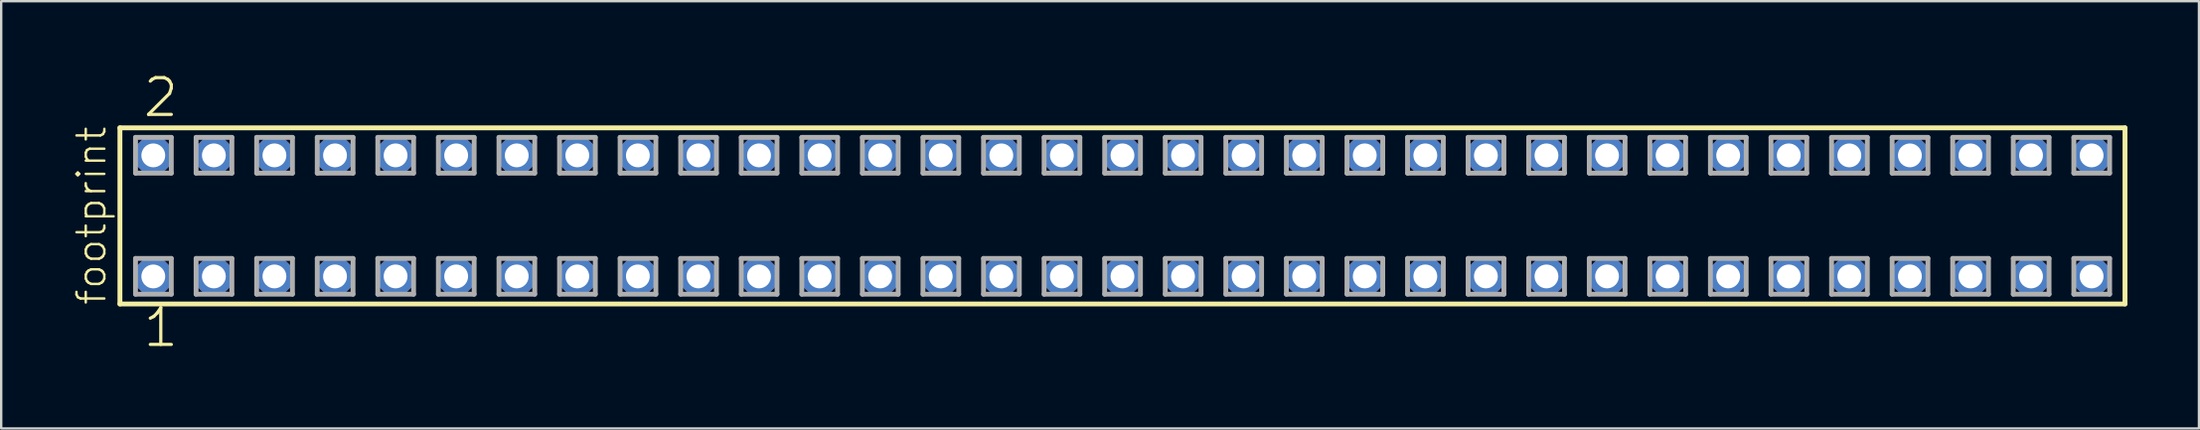
<source format=kicad_pcb>
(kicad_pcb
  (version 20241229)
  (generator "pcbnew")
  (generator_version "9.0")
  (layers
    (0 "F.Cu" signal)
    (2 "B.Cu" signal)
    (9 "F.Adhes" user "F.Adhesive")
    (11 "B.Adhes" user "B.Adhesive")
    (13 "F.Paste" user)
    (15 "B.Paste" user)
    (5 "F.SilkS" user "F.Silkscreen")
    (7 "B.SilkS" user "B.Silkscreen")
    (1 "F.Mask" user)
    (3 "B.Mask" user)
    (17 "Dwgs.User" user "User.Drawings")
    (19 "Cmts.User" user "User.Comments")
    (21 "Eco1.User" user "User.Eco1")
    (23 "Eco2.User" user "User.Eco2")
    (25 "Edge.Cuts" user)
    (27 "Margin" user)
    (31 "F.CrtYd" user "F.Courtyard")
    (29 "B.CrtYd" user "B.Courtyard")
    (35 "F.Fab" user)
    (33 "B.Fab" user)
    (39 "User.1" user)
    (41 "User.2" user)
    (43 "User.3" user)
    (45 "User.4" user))
  (footprint "footprint"
    (layer "F.Cu")
    (at 44.018 6.009)
    (property "Reference" "footprint" (at -42.545 3.81 90) (layer "F.SilkS") (effects (font (size 1.168 1.168) (thickness 0.102)) (justify left bottom)))
    (fp_line (start -42.039 -3.695) (end 42.039 -3.695) (stroke (width 0.203) (type solid)) (layer "F.SilkS"))
    (fp_line (start -42.039 3.695) (end -42.039 -3.695) (stroke (width 0.203) (type solid)) (layer "F.SilkS"))
    (fp_line (start 42.039 -3.695) (end 42.039 3.695) (stroke (width 0.203) (type solid)) (layer "F.SilkS"))
    (fp_line (start 42.039 3.695) (end -42.039 3.695) (stroke (width 0.203) (type solid)) (layer "F.SilkS"))
    (fp_line (start -41.385 -3.295) (end -39.885 -3.295) (stroke (width 0.203) (type solid)) (layer "F.Fab"))
    (fp_line (start -41.385 -1.795) (end -41.385 -3.295) (stroke (width 0.203) (type solid)) (layer "F.Fab"))
    (fp_line (start -41.385 1.785) (end -39.885 1.785) (stroke (width 0.203) (type solid)) (layer "F.Fab"))
    (fp_line (start -41.385 3.285) (end -41.385 1.785) (stroke (width 0.203) (type solid)) (layer "F.Fab"))
    (fp_line (start -39.885 -3.295) (end -39.885 -1.795) (stroke (width 0.203) (type solid)) (layer "F.Fab"))
    (fp_line (start -39.885 -1.795) (end -41.385 -1.795) (stroke (width 0.203) (type solid)) (layer "F.Fab"))
    (fp_line (start -39.885 1.785) (end -39.885 3.285) (stroke (width 0.203) (type solid)) (layer "F.Fab"))
    (fp_line (start -39.885 3.285) (end -41.385 3.285) (stroke (width 0.203) (type solid)) (layer "F.Fab"))
    (fp_line (start -38.845 -3.295) (end -37.345 -3.295) (stroke (width 0.203) (type solid)) (layer "F.Fab"))
    (fp_line (start -38.845 -1.795) (end -38.845 -3.295) (stroke (width 0.203) (type solid)) (layer "F.Fab"))
    (fp_line (start -38.845 1.785) (end -37.345 1.785) (stroke (width 0.203) (type solid)) (layer "F.Fab"))
    (fp_line (start -38.845 3.285) (end -38.845 1.785) (stroke (width 0.203) (type solid)) (layer "F.Fab"))
    (fp_line (start -37.345 -3.295) (end -37.345 -1.795) (stroke (width 0.203) (type solid)) (layer "F.Fab"))
    (fp_line (start -37.345 -1.795) (end -38.845 -1.795) (stroke (width 0.203) (type solid)) (layer "F.Fab"))
    (fp_line (start -37.345 1.785) (end -37.345 3.285) (stroke (width 0.203) (type solid)) (layer "F.Fab"))
    (fp_line (start -37.345 3.285) (end -38.845 3.285) (stroke (width 0.203) (type solid)) (layer "F.Fab"))
    (fp_line (start -36.305 -3.295) (end -34.805 -3.295) (stroke (width 0.203) (type solid)) (layer "F.Fab"))
    (fp_line (start -36.305 -1.795) (end -36.305 -3.295) (stroke (width 0.203) (type solid)) (layer "F.Fab"))
    (fp_line (start -36.305 1.785) (end -34.805 1.785) (stroke (width 0.203) (type solid)) (layer "F.Fab"))
    (fp_line (start -36.305 3.285) (end -36.305 1.785) (stroke (width 0.203) (type solid)) (layer "F.Fab"))
    (fp_line (start -34.805 -3.295) (end -34.805 -1.795) (stroke (width 0.203) (type solid)) (layer "F.Fab"))
    (fp_line (start -34.805 -1.795) (end -36.305 -1.795) (stroke (width 0.203) (type solid)) (layer "F.Fab"))
    (fp_line (start -34.805 1.785) (end -34.805 3.285) (stroke (width 0.203) (type solid)) (layer "F.Fab"))
    (fp_line (start -34.805 3.285) (end -36.305 3.285) (stroke (width 0.203) (type solid)) (layer "F.Fab"))
    (fp_line (start -33.765 -3.295) (end -32.265 -3.295) (stroke (width 0.203) (type solid)) (layer "F.Fab"))
    (fp_line (start -33.765 -1.795) (end -33.765 -3.295) (stroke (width 0.203) (type solid)) (layer "F.Fab"))
    (fp_line (start -33.765 1.785) (end -32.265 1.785) (stroke (width 0.203) (type solid)) (layer "F.Fab"))
    (fp_line (start -33.765 3.285) (end -33.765 1.785) (stroke (width 0.203) (type solid)) (layer "F.Fab"))
    (fp_line (start -32.265 -3.295) (end -32.265 -1.795) (stroke (width 0.203) (type solid)) (layer "F.Fab"))
    (fp_line (start -32.265 -1.795) (end -33.765 -1.795) (stroke (width 0.203) (type solid)) (layer "F.Fab"))
    (fp_line (start -32.265 1.785) (end -32.265 3.285) (stroke (width 0.203) (type solid)) (layer "F.Fab"))
    (fp_line (start -32.265 3.285) (end -33.765 3.285) (stroke (width 0.203) (type solid)) (layer "F.Fab"))
    (fp_line (start -31.225 -3.295) (end -29.725 -3.295) (stroke (width 0.203) (type solid)) (layer "F.Fab"))
    (fp_line (start -31.225 -1.795) (end -31.225 -3.295) (stroke (width 0.203) (type solid)) (layer "F.Fab"))
    (fp_line (start -31.225 1.785) (end -29.725 1.785) (stroke (width 0.203) (type solid)) (layer "F.Fab"))
    (fp_line (start -31.225 3.285) (end -31.225 1.785) (stroke (width 0.203) (type solid)) (layer "F.Fab"))
    (fp_line (start -29.725 -3.295) (end -29.725 -1.795) (stroke (width 0.203) (type solid)) (layer "F.Fab"))
    (fp_line (start -29.725 -1.795) (end -31.225 -1.795) (stroke (width 0.203) (type solid)) (layer "F.Fab"))
    (fp_line (start -29.725 1.785) (end -29.725 3.285) (stroke (width 0.203) (type solid)) (layer "F.Fab"))
    (fp_line (start -29.725 3.285) (end -31.225 3.285) (stroke (width 0.203) (type solid)) (layer "F.Fab"))
    (fp_line (start -28.685 -3.295) (end -27.185 -3.295) (stroke (width 0.203) (type solid)) (layer "F.Fab"))
    (fp_line (start -28.685 -1.795) (end -28.685 -3.295) (stroke (width 0.203) (type solid)) (layer "F.Fab"))
    (fp_line (start -28.685 1.785) (end -27.185 1.785) (stroke (width 0.203) (type solid)) (layer "F.Fab"))
    (fp_line (start -28.685 3.285) (end -28.685 1.785) (stroke (width 0.203) (type solid)) (layer "F.Fab"))
    (fp_line (start -27.185 -3.295) (end -27.185 -1.795) (stroke (width 0.203) (type solid)) (layer "F.Fab"))
    (fp_line (start -27.185 -1.795) (end -28.685 -1.795) (stroke (width 0.203) (type solid)) (layer "F.Fab"))
    (fp_line (start -27.185 1.785) (end -27.185 3.285) (stroke (width 0.203) (type solid)) (layer "F.Fab"))
    (fp_line (start -27.185 3.285) (end -28.685 3.285) (stroke (width 0.203) (type solid)) (layer "F.Fab"))
    (fp_line (start -26.145 -3.295) (end -24.645 -3.295) (stroke (width 0.203) (type solid)) (layer "F.Fab"))
    (fp_line (start -26.145 -1.795) (end -26.145 -3.295) (stroke (width 0.203) (type solid)) (layer "F.Fab"))
    (fp_line (start -26.145 1.785) (end -24.645 1.785) (stroke (width 0.203) (type solid)) (layer "F.Fab"))
    (fp_line (start -26.145 3.285) (end -26.145 1.785) (stroke (width 0.203) (type solid)) (layer "F.Fab"))
    (fp_line (start -24.645 -3.295) (end -24.645 -1.795) (stroke (width 0.203) (type solid)) (layer "F.Fab"))
    (fp_line (start -24.645 -1.795) (end -26.145 -1.795) (stroke (width 0.203) (type solid)) (layer "F.Fab"))
    (fp_line (start -24.645 1.785) (end -24.645 3.285) (stroke (width 0.203) (type solid)) (layer "F.Fab"))
    (fp_line (start -24.645 3.285) (end -26.145 3.285) (stroke (width 0.203) (type solid)) (layer "F.Fab"))
    (fp_line (start -23.605 -3.295) (end -22.105 -3.295) (stroke (width 0.203) (type solid)) (layer "F.Fab"))
    (fp_line (start -23.605 -1.795) (end -23.605 -3.295) (stroke (width 0.203) (type solid)) (layer "F.Fab"))
    (fp_line (start -23.605 1.785) (end -22.105 1.785) (stroke (width 0.203) (type solid)) (layer "F.Fab"))
    (fp_line (start -23.605 3.285) (end -23.605 1.785) (stroke (width 0.203) (type solid)) (layer "F.Fab"))
    (fp_line (start -22.105 -3.295) (end -22.105 -1.795) (stroke (width 0.203) (type solid)) (layer "F.Fab"))
    (fp_line (start -22.105 -1.795) (end -23.605 -1.795) (stroke (width 0.203) (type solid)) (layer "F.Fab"))
    (fp_line (start -22.105 1.785) (end -22.105 3.285) (stroke (width 0.203) (type solid)) (layer "F.Fab"))
    (fp_line (start -22.105 3.285) (end -23.605 3.285) (stroke (width 0.203) (type solid)) (layer "F.Fab"))
    (fp_line (start -21.065 -3.295) (end -19.565 -3.295) (stroke (width 0.203) (type solid)) (layer "F.Fab"))
    (fp_line (start -21.065 -1.795) (end -21.065 -3.295) (stroke (width 0.203) (type solid)) (layer "F.Fab"))
    (fp_line (start -21.065 1.785) (end -19.565 1.785) (stroke (width 0.203) (type solid)) (layer "F.Fab"))
    (fp_line (start -21.065 3.285) (end -21.065 1.785) (stroke (width 0.203) (type solid)) (layer "F.Fab"))
    (fp_line (start -19.565 -3.295) (end -19.565 -1.795) (stroke (width 0.203) (type solid)) (layer "F.Fab"))
    (fp_line (start -19.565 -1.795) (end -21.065 -1.795) (stroke (width 0.203) (type solid)) (layer "F.Fab"))
    (fp_line (start -19.565 1.785) (end -19.565 3.285) (stroke (width 0.203) (type solid)) (layer "F.Fab"))
    (fp_line (start -19.565 3.285) (end -21.065 3.285) (stroke (width 0.203) (type solid)) (layer "F.Fab"))
    (fp_line (start -18.525 -3.295) (end -17.025 -3.295) (stroke (width 0.203) (type solid)) (layer "F.Fab"))
    (fp_line (start -18.525 -1.795) (end -18.525 -3.295) (stroke (width 0.203) (type solid)) (layer "F.Fab"))
    (fp_line (start -18.525 1.785) (end -17.025 1.785) (stroke (width 0.203) (type solid)) (layer "F.Fab"))
    (fp_line (start -18.525 3.285) (end -18.525 1.785) (stroke (width 0.203) (type solid)) (layer "F.Fab"))
    (fp_line (start -17.025 -3.295) (end -17.025 -1.795) (stroke (width 0.203) (type solid)) (layer "F.Fab"))
    (fp_line (start -17.025 -1.795) (end -18.525 -1.795) (stroke (width 0.203) (type solid)) (layer "F.Fab"))
    (fp_line (start -17.025 1.785) (end -17.025 3.285) (stroke (width 0.203) (type solid)) (layer "F.Fab"))
    (fp_line (start -17.025 3.285) (end -18.525 3.285) (stroke (width 0.203) (type solid)) (layer "F.Fab"))
    (fp_line (start -15.985 -3.295) (end -14.485 -3.295) (stroke (width 0.203) (type solid)) (layer "F.Fab"))
    (fp_line (start -15.985 -1.795) (end -15.985 -3.295) (stroke (width 0.203) (type solid)) (layer "F.Fab"))
    (fp_line (start -15.985 1.785) (end -14.485 1.785) (stroke (width 0.203) (type solid)) (layer "F.Fab"))
    (fp_line (start -15.985 3.285) (end -15.985 1.785) (stroke (width 0.203) (type solid)) (layer "F.Fab"))
    (fp_line (start -14.485 -3.295) (end -14.485 -1.795) (stroke (width 0.203) (type solid)) (layer "F.Fab"))
    (fp_line (start -14.485 -1.795) (end -15.985 -1.795) (stroke (width 0.203) (type solid)) (layer "F.Fab"))
    (fp_line (start -14.485 1.785) (end -14.485 3.285) (stroke (width 0.203) (type solid)) (layer "F.Fab"))
    (fp_line (start -14.485 3.285) (end -15.985 3.285) (stroke (width 0.203) (type solid)) (layer "F.Fab"))
    (fp_line (start -13.445 -3.295) (end -11.945 -3.295) (stroke (width 0.203) (type solid)) (layer "F.Fab"))
    (fp_line (start -13.445 -1.795) (end -13.445 -3.295) (stroke (width 0.203) (type solid)) (layer "F.Fab"))
    (fp_line (start -13.445 1.785) (end -11.945 1.785) (stroke (width 0.203) (type solid)) (layer "F.Fab"))
    (fp_line (start -13.445 3.285) (end -13.445 1.785) (stroke (width 0.203) (type solid)) (layer "F.Fab"))
    (fp_line (start -11.945 -3.295) (end -11.945 -1.795) (stroke (width 0.203) (type solid)) (layer "F.Fab"))
    (fp_line (start -11.945 -1.795) (end -13.445 -1.795) (stroke (width 0.203) (type solid)) (layer "F.Fab"))
    (fp_line (start -11.945 1.785) (end -11.945 3.285) (stroke (width 0.203) (type solid)) (layer "F.Fab"))
    (fp_line (start -11.945 3.285) (end -13.445 3.285) (stroke (width 0.203) (type solid)) (layer "F.Fab"))
    (fp_line (start -10.905 -3.295) (end -9.405 -3.295) (stroke (width 0.203) (type solid)) (layer "F.Fab"))
    (fp_line (start -10.905 -1.795) (end -10.905 -3.295) (stroke (width 0.203) (type solid)) (layer "F.Fab"))
    (fp_line (start -10.905 1.785) (end -9.405 1.785) (stroke (width 0.203) (type solid)) (layer "F.Fab"))
    (fp_line (start -10.905 3.285) (end -10.905 1.785) (stroke (width 0.203) (type solid)) (layer "F.Fab"))
    (fp_line (start -9.405 -3.295) (end -9.405 -1.795) (stroke (width 0.203) (type solid)) (layer "F.Fab"))
    (fp_line (start -9.405 -1.795) (end -10.905 -1.795) (stroke (width 0.203) (type solid)) (layer "F.Fab"))
    (fp_line (start -9.405 1.785) (end -9.405 3.285) (stroke (width 0.203) (type solid)) (layer "F.Fab"))
    (fp_line (start -9.405 3.285) (end -10.905 3.285) (stroke (width 0.203) (type solid)) (layer "F.Fab"))
    (fp_line (start -8.365 -3.295) (end -6.865 -3.295) (stroke (width 0.203) (type solid)) (layer "F.Fab"))
    (fp_line (start -8.365 -1.795) (end -8.365 -3.295) (stroke (width 0.203) (type solid)) (layer "F.Fab"))
    (fp_line (start -8.365 1.785) (end -6.865 1.785) (stroke (width 0.203) (type solid)) (layer "F.Fab"))
    (fp_line (start -8.365 3.285) (end -8.365 1.785) (stroke (width 0.203) (type solid)) (layer "F.Fab"))
    (fp_line (start -6.865 -3.295) (end -6.865 -1.795) (stroke (width 0.203) (type solid)) (layer "F.Fab"))
    (fp_line (start -6.865 -1.795) (end -8.365 -1.795) (stroke (width 0.203) (type solid)) (layer "F.Fab"))
    (fp_line (start -6.865 1.785) (end -6.865 3.285) (stroke (width 0.203) (type solid)) (layer "F.Fab"))
    (fp_line (start -6.865 3.285) (end -8.365 3.285) (stroke (width 0.203) (type solid)) (layer "F.Fab"))
    (fp_line (start -5.825 -3.295) (end -4.325 -3.295) (stroke (width 0.203) (type solid)) (layer "F.Fab"))
    (fp_line (start -5.825 -1.795) (end -5.825 -3.295) (stroke (width 0.203) (type solid)) (layer "F.Fab"))
    (fp_line (start -5.825 1.785) (end -4.325 1.785) (stroke (width 0.203) (type solid)) (layer "F.Fab"))
    (fp_line (start -5.825 3.285) (end -5.825 1.785) (stroke (width 0.203) (type solid)) (layer "F.Fab"))
    (fp_line (start -4.325 -3.295) (end -4.325 -1.795) (stroke (width 0.203) (type solid)) (layer "F.Fab"))
    (fp_line (start -4.325 -1.795) (end -5.825 -1.795) (stroke (width 0.203) (type solid)) (layer "F.Fab"))
    (fp_line (start -4.325 1.785) (end -4.325 3.285) (stroke (width 0.203) (type solid)) (layer "F.Fab"))
    (fp_line (start -4.325 3.285) (end -5.825 3.285) (stroke (width 0.203) (type solid)) (layer "F.Fab"))
    (fp_line (start -3.285 -3.295) (end -1.785 -3.295) (stroke (width 0.203) (type solid)) (layer "F.Fab"))
    (fp_line (start -3.285 -1.795) (end -3.285 -3.295) (stroke (width 0.203) (type solid)) (layer "F.Fab"))
    (fp_line (start -3.285 1.785) (end -1.785 1.785) (stroke (width 0.203) (type solid)) (layer "F.Fab"))
    (fp_line (start -3.285 3.285) (end -3.285 1.785) (stroke (width 0.203) (type solid)) (layer "F.Fab"))
    (fp_line (start -1.785 -3.295) (end -1.785 -1.795) (stroke (width 0.203) (type solid)) (layer "F.Fab"))
    (fp_line (start -1.785 -1.795) (end -3.285 -1.795) (stroke (width 0.203) (type solid)) (layer "F.Fab"))
    (fp_line (start -1.785 1.785) (end -1.785 3.285) (stroke (width 0.203) (type solid)) (layer "F.Fab"))
    (fp_line (start -1.785 3.285) (end -3.285 3.285) (stroke (width 0.203) (type solid)) (layer "F.Fab"))
    (fp_line (start -0.745 -3.295) (end 0.755 -3.295) (stroke (width 0.203) (type solid)) (layer "F.Fab"))
    (fp_line (start -0.745 -1.795) (end -0.745 -3.295) (stroke (width 0.203) (type solid)) (layer "F.Fab"))
    (fp_line (start -0.745 1.785) (end 0.755 1.785) (stroke (width 0.203) (type solid)) (layer "F.Fab"))
    (fp_line (start -0.745 3.285) (end -0.745 1.785) (stroke (width 0.203) (type solid)) (layer "F.Fab"))
    (fp_line (start 0.755 -3.295) (end 0.755 -1.795) (stroke (width 0.203) (type solid)) (layer "F.Fab"))
    (fp_line (start 0.755 -1.795) (end -0.745 -1.795) (stroke (width 0.203) (type solid)) (layer "F.Fab"))
    (fp_line (start 0.755 1.785) (end 0.755 3.285) (stroke (width 0.203) (type solid)) (layer "F.Fab"))
    (fp_line (start 0.755 3.285) (end -0.745 3.285) (stroke (width 0.203) (type solid)) (layer "F.Fab"))
    (fp_line (start 1.795 -3.295) (end 3.295 -3.295) (stroke (width 0.203) (type solid)) (layer "F.Fab"))
    (fp_line (start 1.795 -1.795) (end 1.795 -3.295) (stroke (width 0.203) (type solid)) (layer "F.Fab"))
    (fp_line (start 1.795 1.785) (end 3.295 1.785) (stroke (width 0.203) (type solid)) (layer "F.Fab"))
    (fp_line (start 1.795 3.285) (end 1.795 1.785) (stroke (width 0.203) (type solid)) (layer "F.Fab"))
    (fp_line (start 3.295 -3.295) (end 3.295 -1.795) (stroke (width 0.203) (type solid)) (layer "F.Fab"))
    (fp_line (start 3.295 -1.795) (end 1.795 -1.795) (stroke (width 0.203) (type solid)) (layer "F.Fab"))
    (fp_line (start 3.295 1.785) (end 3.295 3.285) (stroke (width 0.203) (type solid)) (layer "F.Fab"))
    (fp_line (start 3.295 3.285) (end 1.795 3.285) (stroke (width 0.203) (type solid)) (layer "F.Fab"))
    (fp_line (start 4.335 -3.295) (end 5.835 -3.295) (stroke (width 0.203) (type solid)) (layer "F.Fab"))
    (fp_line (start 4.335 -1.795) (end 4.335 -3.295) (stroke (width 0.203) (type solid)) (layer "F.Fab"))
    (fp_line (start 4.335 1.785) (end 5.835 1.785) (stroke (width 0.203) (type solid)) (layer "F.Fab"))
    (fp_line (start 4.335 3.285) (end 4.335 1.785) (stroke (width 0.203) (type solid)) (layer "F.Fab"))
    (fp_line (start 5.835 -3.295) (end 5.835 -1.795) (stroke (width 0.203) (type solid)) (layer "F.Fab"))
    (fp_line (start 5.835 -1.795) (end 4.335 -1.795) (stroke (width 0.203) (type solid)) (layer "F.Fab"))
    (fp_line (start 5.835 1.785) (end 5.835 3.285) (stroke (width 0.203) (type solid)) (layer "F.Fab"))
    (fp_line (start 5.835 3.285) (end 4.335 3.285) (stroke (width 0.203) (type solid)) (layer "F.Fab"))
    (fp_line (start 6.875 -3.295) (end 8.375 -3.295) (stroke (width 0.203) (type solid)) (layer "F.Fab"))
    (fp_line (start 6.875 -1.795) (end 6.875 -3.295) (stroke (width 0.203) (type solid)) (layer "F.Fab"))
    (fp_line (start 6.875 1.785) (end 8.375 1.785) (stroke (width 0.203) (type solid)) (layer "F.Fab"))
    (fp_line (start 6.875 3.285) (end 6.875 1.785) (stroke (width 0.203) (type solid)) (layer "F.Fab"))
    (fp_line (start 8.375 -3.295) (end 8.375 -1.795) (stroke (width 0.203) (type solid)) (layer "F.Fab"))
    (fp_line (start 8.375 -1.795) (end 6.875 -1.795) (stroke (width 0.203) (type solid)) (layer "F.Fab"))
    (fp_line (start 8.375 1.785) (end 8.375 3.285) (stroke (width 0.203) (type solid)) (layer "F.Fab"))
    (fp_line (start 8.375 3.285) (end 6.875 3.285) (stroke (width 0.203) (type solid)) (layer "F.Fab"))
    (fp_line (start 9.415 -3.295) (end 10.915 -3.295) (stroke (width 0.203) (type solid)) (layer "F.Fab"))
    (fp_line (start 9.415 -1.795) (end 9.415 -3.295) (stroke (width 0.203) (type solid)) (layer "F.Fab"))
    (fp_line (start 9.415 1.785) (end 10.915 1.785) (stroke (width 0.203) (type solid)) (layer "F.Fab"))
    (fp_line (start 9.415 3.285) (end 9.415 1.785) (stroke (width 0.203) (type solid)) (layer "F.Fab"))
    (fp_line (start 10.915 -3.295) (end 10.915 -1.795) (stroke (width 0.203) (type solid)) (layer "F.Fab"))
    (fp_line (start 10.915 -1.795) (end 9.415 -1.795) (stroke (width 0.203) (type solid)) (layer "F.Fab"))
    (fp_line (start 10.915 1.785) (end 10.915 3.285) (stroke (width 0.203) (type solid)) (layer "F.Fab"))
    (fp_line (start 10.915 3.285) (end 9.415 3.285) (stroke (width 0.203) (type solid)) (layer "F.Fab"))
    (fp_line (start 11.955 -3.295) (end 13.455 -3.295) (stroke (width 0.203) (type solid)) (layer "F.Fab"))
    (fp_line (start 11.955 -1.795) (end 11.955 -3.295) (stroke (width 0.203) (type solid)) (layer "F.Fab"))
    (fp_line (start 11.955 1.785) (end 13.455 1.785) (stroke (width 0.203) (type solid)) (layer "F.Fab"))
    (fp_line (start 11.955 3.285) (end 11.955 1.785) (stroke (width 0.203) (type solid)) (layer "F.Fab"))
    (fp_line (start 13.455 -3.295) (end 13.455 -1.795) (stroke (width 0.203) (type solid)) (layer "F.Fab"))
    (fp_line (start 13.455 -1.795) (end 11.955 -1.795) (stroke (width 0.203) (type solid)) (layer "F.Fab"))
    (fp_line (start 13.455 1.785) (end 13.455 3.285) (stroke (width 0.203) (type solid)) (layer "F.Fab"))
    (fp_line (start 13.455 3.285) (end 11.955 3.285) (stroke (width 0.203) (type solid)) (layer "F.Fab"))
    (fp_line (start 14.495 -3.295) (end 15.995 -3.295) (stroke (width 0.203) (type solid)) (layer "F.Fab"))
    (fp_line (start 14.495 -1.795) (end 14.495 -3.295) (stroke (width 0.203) (type solid)) (layer "F.Fab"))
    (fp_line (start 14.495 1.785) (end 15.995 1.785) (stroke (width 0.203) (type solid)) (layer "F.Fab"))
    (fp_line (start 14.495 3.285) (end 14.495 1.785) (stroke (width 0.203) (type solid)) (layer "F.Fab"))
    (fp_line (start 15.995 -3.295) (end 15.995 -1.795) (stroke (width 0.203) (type solid)) (layer "F.Fab"))
    (fp_line (start 15.995 -1.795) (end 14.495 -1.795) (stroke (width 0.203) (type solid)) (layer "F.Fab"))
    (fp_line (start 15.995 1.785) (end 15.995 3.285) (stroke (width 0.203) (type solid)) (layer "F.Fab"))
    (fp_line (start 15.995 3.285) (end 14.495 3.285) (stroke (width 0.203) (type solid)) (layer "F.Fab"))
    (fp_line (start 17.035 -3.295) (end 18.535 -3.295) (stroke (width 0.203) (type solid)) (layer "F.Fab"))
    (fp_line (start 17.035 -1.795) (end 17.035 -3.295) (stroke (width 0.203) (type solid)) (layer "F.Fab"))
    (fp_line (start 17.035 1.785) (end 18.535 1.785) (stroke (width 0.203) (type solid)) (layer "F.Fab"))
    (fp_line (start 17.035 3.285) (end 17.035 1.785) (stroke (width 0.203) (type solid)) (layer "F.Fab"))
    (fp_line (start 18.535 -3.295) (end 18.535 -1.795) (stroke (width 0.203) (type solid)) (layer "F.Fab"))
    (fp_line (start 18.535 -1.795) (end 17.035 -1.795) (stroke (width 0.203) (type solid)) (layer "F.Fab"))
    (fp_line (start 18.535 1.785) (end 18.535 3.285) (stroke (width 0.203) (type solid)) (layer "F.Fab"))
    (fp_line (start 18.535 3.285) (end 17.035 3.285) (stroke (width 0.203) (type solid)) (layer "F.Fab"))
    (fp_line (start 19.575 -3.295) (end 21.075 -3.295) (stroke (width 0.203) (type solid)) (layer "F.Fab"))
    (fp_line (start 19.575 -1.795) (end 19.575 -3.295) (stroke (width 0.203) (type solid)) (layer "F.Fab"))
    (fp_line (start 19.575 1.785) (end 21.075 1.785) (stroke (width 0.203) (type solid)) (layer "F.Fab"))
    (fp_line (start 19.575 3.285) (end 19.575 1.785) (stroke (width 0.203) (type solid)) (layer "F.Fab"))
    (fp_line (start 21.075 -3.295) (end 21.075 -1.795) (stroke (width 0.203) (type solid)) (layer "F.Fab"))
    (fp_line (start 21.075 -1.795) (end 19.575 -1.795) (stroke (width 0.203) (type solid)) (layer "F.Fab"))
    (fp_line (start 21.075 1.785) (end 21.075 3.285) (stroke (width 0.203) (type solid)) (layer "F.Fab"))
    (fp_line (start 21.075 3.285) (end 19.575 3.285) (stroke (width 0.203) (type solid)) (layer "F.Fab"))
    (fp_line (start 22.115 -3.295) (end 23.615 -3.295) (stroke (width 0.203) (type solid)) (layer "F.Fab"))
    (fp_line (start 22.115 -1.795) (end 22.115 -3.295) (stroke (width 0.203) (type solid)) (layer "F.Fab"))
    (fp_line (start 22.115 1.785) (end 23.615 1.785) (stroke (width 0.203) (type solid)) (layer "F.Fab"))
    (fp_line (start 22.115 3.285) (end 22.115 1.785) (stroke (width 0.203) (type solid)) (layer "F.Fab"))
    (fp_line (start 23.615 -3.295) (end 23.615 -1.795) (stroke (width 0.203) (type solid)) (layer "F.Fab"))
    (fp_line (start 23.615 -1.795) (end 22.115 -1.795) (stroke (width 0.203) (type solid)) (layer "F.Fab"))
    (fp_line (start 23.615 1.785) (end 23.615 3.285) (stroke (width 0.203) (type solid)) (layer "F.Fab"))
    (fp_line (start 23.615 3.285) (end 22.115 3.285) (stroke (width 0.203) (type solid)) (layer "F.Fab"))
    (fp_line (start 24.655 -3.295) (end 26.155 -3.295) (stroke (width 0.203) (type solid)) (layer "F.Fab"))
    (fp_line (start 24.655 -1.795) (end 24.655 -3.295) (stroke (width 0.203) (type solid)) (layer "F.Fab"))
    (fp_line (start 24.655 1.785) (end 26.155 1.785) (stroke (width 0.203) (type solid)) (layer "F.Fab"))
    (fp_line (start 24.655 3.285) (end 24.655 1.785) (stroke (width 0.203) (type solid)) (layer "F.Fab"))
    (fp_line (start 26.155 -3.295) (end 26.155 -1.795) (stroke (width 0.203) (type solid)) (layer "F.Fab"))
    (fp_line (start 26.155 -1.795) (end 24.655 -1.795) (stroke (width 0.203) (type solid)) (layer "F.Fab"))
    (fp_line (start 26.155 1.785) (end 26.155 3.285) (stroke (width 0.203) (type solid)) (layer "F.Fab"))
    (fp_line (start 26.155 3.285) (end 24.655 3.285) (stroke (width 0.203) (type solid)) (layer "F.Fab"))
    (fp_line (start 27.195 -3.295) (end 28.695 -3.295) (stroke (width 0.203) (type solid)) (layer "F.Fab"))
    (fp_line (start 27.195 -1.795) (end 27.195 -3.295) (stroke (width 0.203) (type solid)) (layer "F.Fab"))
    (fp_line (start 27.195 1.785) (end 28.695 1.785) (stroke (width 0.203) (type solid)) (layer "F.Fab"))
    (fp_line (start 27.195 3.285) (end 27.195 1.785) (stroke (width 0.203) (type solid)) (layer "F.Fab"))
    (fp_line (start 28.695 -3.295) (end 28.695 -1.795) (stroke (width 0.203) (type solid)) (layer "F.Fab"))
    (fp_line (start 28.695 -1.795) (end 27.195 -1.795) (stroke (width 0.203) (type solid)) (layer "F.Fab"))
    (fp_line (start 28.695 1.785) (end 28.695 3.285) (stroke (width 0.203) (type solid)) (layer "F.Fab"))
    (fp_line (start 28.695 3.285) (end 27.195 3.285) (stroke (width 0.203) (type solid)) (layer "F.Fab"))
    (fp_line (start 29.735 -3.295) (end 31.235 -3.295) (stroke (width 0.203) (type solid)) (layer "F.Fab"))
    (fp_line (start 29.735 -1.795) (end 29.735 -3.295) (stroke (width 0.203) (type solid)) (layer "F.Fab"))
    (fp_line (start 29.735 1.785) (end 31.235 1.785) (stroke (width 0.203) (type solid)) (layer "F.Fab"))
    (fp_line (start 29.735 3.285) (end 29.735 1.785) (stroke (width 0.203) (type solid)) (layer "F.Fab"))
    (fp_line (start 31.235 -3.295) (end 31.235 -1.795) (stroke (width 0.203) (type solid)) (layer "F.Fab"))
    (fp_line (start 31.235 -1.795) (end 29.735 -1.795) (stroke (width 0.203) (type solid)) (layer "F.Fab"))
    (fp_line (start 31.235 1.785) (end 31.235 3.285) (stroke (width 0.203) (type solid)) (layer "F.Fab"))
    (fp_line (start 31.235 3.285) (end 29.735 3.285) (stroke (width 0.203) (type solid)) (layer "F.Fab"))
    (fp_line (start 32.275 -3.295) (end 33.775 -3.295) (stroke (width 0.203) (type solid)) (layer "F.Fab"))
    (fp_line (start 32.275 -1.795) (end 32.275 -3.295) (stroke (width 0.203) (type solid)) (layer "F.Fab"))
    (fp_line (start 32.275 1.785) (end 33.775 1.785) (stroke (width 0.203) (type solid)) (layer "F.Fab"))
    (fp_line (start 32.275 3.285) (end 32.275 1.785) (stroke (width 0.203) (type solid)) (layer "F.Fab"))
    (fp_line (start 33.775 -3.295) (end 33.775 -1.795) (stroke (width 0.203) (type solid)) (layer "F.Fab"))
    (fp_line (start 33.775 -1.795) (end 32.275 -1.795) (stroke (width 0.203) (type solid)) (layer "F.Fab"))
    (fp_line (start 33.775 1.785) (end 33.775 3.285) (stroke (width 0.203) (type solid)) (layer "F.Fab"))
    (fp_line (start 33.775 3.285) (end 32.275 3.285) (stroke (width 0.203) (type solid)) (layer "F.Fab"))
    (fp_line (start 34.815 -3.295) (end 36.315 -3.295) (stroke (width 0.203) (type solid)) (layer "F.Fab"))
    (fp_line (start 34.815 -1.795) (end 34.815 -3.295) (stroke (width 0.203) (type solid)) (layer "F.Fab"))
    (fp_line (start 34.815 1.785) (end 36.315 1.785) (stroke (width 0.203) (type solid)) (layer "F.Fab"))
    (fp_line (start 34.815 3.285) (end 34.815 1.785) (stroke (width 0.203) (type solid)) (layer "F.Fab"))
    (fp_line (start 36.315 -3.295) (end 36.315 -1.795) (stroke (width 0.203) (type solid)) (layer "F.Fab"))
    (fp_line (start 36.315 -1.795) (end 34.815 -1.795) (stroke (width 0.203) (type solid)) (layer "F.Fab"))
    (fp_line (start 36.315 1.785) (end 36.315 3.285) (stroke (width 0.203) (type solid)) (layer "F.Fab"))
    (fp_line (start 36.315 3.285) (end 34.815 3.285) (stroke (width 0.203) (type solid)) (layer "F.Fab"))
    (fp_line (start 37.355 -3.295) (end 38.855 -3.295) (stroke (width 0.203) (type solid)) (layer "F.Fab"))
    (fp_line (start 37.355 -1.795) (end 37.355 -3.295) (stroke (width 0.203) (type solid)) (layer "F.Fab"))
    (fp_line (start 37.355 1.785) (end 38.855 1.785) (stroke (width 0.203) (type solid)) (layer "F.Fab"))
    (fp_line (start 37.355 3.285) (end 37.355 1.785) (stroke (width 0.203) (type solid)) (layer "F.Fab"))
    (fp_line (start 38.855 -3.295) (end 38.855 -1.795) (stroke (width 0.203) (type solid)) (layer "F.Fab"))
    (fp_line (start 38.855 -1.795) (end 37.355 -1.795) (stroke (width 0.203) (type solid)) (layer "F.Fab"))
    (fp_line (start 38.855 1.785) (end 38.855 3.285) (stroke (width 0.203) (type solid)) (layer "F.Fab"))
    (fp_line (start 38.855 3.285) (end 37.355 3.285) (stroke (width 0.203) (type solid)) (layer "F.Fab"))
    (fp_line (start 39.895 -3.295) (end 41.395 -3.295) (stroke (width 0.203) (type solid)) (layer "F.Fab"))
    (fp_line (start 39.895 -1.795) (end 39.895 -3.295) (stroke (width 0.203) (type solid)) (layer "F.Fab"))
    (fp_line (start 39.895 1.785) (end 41.395 1.785) (stroke (width 0.203) (type solid)) (layer "F.Fab"))
    (fp_line (start 39.895 3.285) (end 39.895 1.785) (stroke (width 0.203) (type solid)) (layer "F.Fab"))
    (fp_line (start 41.395 -3.295) (end 41.395 -1.795) (stroke (width 0.203) (type solid)) (layer "F.Fab"))
    (fp_line (start 41.395 -1.795) (end 39.895 -1.795) (stroke (width 0.203) (type solid)) (layer "F.Fab"))
    (fp_line (start 41.395 1.785) (end 41.395 3.285) (stroke (width 0.203) (type solid)) (layer "F.Fab"))
    (fp_line (start 41.395 3.285) (end 39.895 3.285) (stroke (width 0.203) (type solid)) (layer "F.Fab"))
    (fp_text user "1" (at -41.148 5.588 0) (layer "F.SilkS") (effects (font (size 1.542 1.542) (thickness 0.134)) (justify left bottom)))
    (fp_text user "2" (at -41.148 -4.064 0) (layer "F.SilkS") (effects (font (size 1.542 1.542) (thickness 0.134)) (justify left bottom)))
    (pad "1" thru_hole roundrect (at -40.64 2.54) (size 1.5 1.5) (drill 1) (layers "*.Cu" "*.Mask") (roundrect_rratio 0.25) (chamfer_ratio 0.25) (chamfer top_left top_right bottom_left bottom_right))
    (pad "2" thru_hole roundrect (at -40.64 -2.54) (size 1.5 1.5) (drill 1) (layers "*.Cu" "*.Mask") (roundrect_rratio 0.25) (chamfer_ratio 0.25) (chamfer top_left top_right bottom_left bottom_right))
    (pad "3" thru_hole roundrect (at -38.1 2.54) (size 1.5 1.5) (drill 1) (layers "*.Cu" "*.Mask") (roundrect_rratio 0.25) (chamfer_ratio 0.25) (chamfer top_left top_right bottom_left bottom_right))
    (pad "4" thru_hole roundrect (at -38.1 -2.54) (size 1.5 1.5) (drill 1) (layers "*.Cu" "*.Mask") (roundrect_rratio 0.25) (chamfer_ratio 0.25) (chamfer top_left top_right bottom_left bottom_right))
    (pad "5" thru_hole roundrect (at -35.56 2.54) (size 1.5 1.5) (drill 1) (layers "*.Cu" "*.Mask") (roundrect_rratio 0.25) (chamfer_ratio 0.25) (chamfer top_left top_right bottom_left bottom_right))
    (pad "6" thru_hole roundrect (at -35.56 -2.54) (size 1.5 1.5) (drill 1) (layers "*.Cu" "*.Mask") (roundrect_rratio 0.25) (chamfer_ratio 0.25) (chamfer top_left top_right bottom_left bottom_right))
    (pad "7" thru_hole roundrect (at -33.02 2.54) (size 1.5 1.5) (drill 1) (layers "*.Cu" "*.Mask") (roundrect_rratio 0.25) (chamfer_ratio 0.25) (chamfer top_left top_right bottom_left bottom_right))
    (pad "8" thru_hole roundrect (at -33.02 -2.54) (size 1.5 1.5) (drill 1) (layers "*.Cu" "*.Mask") (roundrect_rratio 0.25) (chamfer_ratio 0.25) (chamfer top_left top_right bottom_left bottom_right))
    (pad "9" thru_hole roundrect (at -30.48 2.54) (size 1.5 1.5) (drill 1) (layers "*.Cu" "*.Mask") (roundrect_rratio 0.25) (chamfer_ratio 0.25) (chamfer top_left top_right bottom_left bottom_right))
    (pad "10" thru_hole roundrect (at -30.48 -2.54) (size 1.5 1.5) (drill 1) (layers "*.Cu" "*.Mask") (roundrect_rratio 0.25) (chamfer_ratio 0.25) (chamfer top_left top_right bottom_left bottom_right))
    (pad "11" thru_hole roundrect (at -27.94 2.54) (size 1.5 1.5) (drill 1) (layers "*.Cu" "*.Mask") (roundrect_rratio 0.25) (chamfer_ratio 0.25) (chamfer top_left top_right bottom_left bottom_right))
    (pad "12" thru_hole roundrect (at -27.94 -2.54) (size 1.5 1.5) (drill 1) (layers "*.Cu" "*.Mask") (roundrect_rratio 0.25) (chamfer_ratio 0.25) (chamfer top_left top_right bottom_left bottom_right))
    (pad "13" thru_hole roundrect (at -25.4 2.54) (size 1.5 1.5) (drill 1) (layers "*.Cu" "*.Mask") (roundrect_rratio 0.25) (chamfer_ratio 0.25) (chamfer top_left top_right bottom_left bottom_right))
    (pad "14" thru_hole roundrect (at -25.4 -2.54) (size 1.5 1.5) (drill 1) (layers "*.Cu" "*.Mask") (roundrect_rratio 0.25) (chamfer_ratio 0.25) (chamfer top_left top_right bottom_left bottom_right))
    (pad "15" thru_hole roundrect (at -22.86 2.54) (size 1.5 1.5) (drill 1) (layers "*.Cu" "*.Mask") (roundrect_rratio 0.25) (chamfer_ratio 0.25) (chamfer top_left top_right bottom_left bottom_right))
    (pad "16" thru_hole roundrect (at -22.86 -2.54) (size 1.5 1.5) (drill 1) (layers "*.Cu" "*.Mask") (roundrect_rratio 0.25) (chamfer_ratio 0.25) (chamfer top_left top_right bottom_left bottom_right))
    (pad "17" thru_hole roundrect (at -20.32 2.54) (size 1.5 1.5) (drill 1) (layers "*.Cu" "*.Mask") (roundrect_rratio 0.25) (chamfer_ratio 0.25) (chamfer top_left top_right bottom_left bottom_right))
    (pad "18" thru_hole roundrect (at -20.32 -2.54) (size 1.5 1.5) (drill 1) (layers "*.Cu" "*.Mask") (roundrect_rratio 0.25) (chamfer_ratio 0.25) (chamfer top_left top_right bottom_left bottom_right))
    (pad "19" thru_hole roundrect (at -17.78 2.54) (size 1.5 1.5) (drill 1) (layers "*.Cu" "*.Mask") (roundrect_rratio 0.25) (chamfer_ratio 0.25) (chamfer top_left top_right bottom_left bottom_right))
    (pad "20" thru_hole roundrect (at -17.78 -2.54) (size 1.5 1.5) (drill 1) (layers "*.Cu" "*.Mask") (roundrect_rratio 0.25) (chamfer_ratio 0.25) (chamfer top_left top_right bottom_left bottom_right))
    (pad "21" thru_hole roundrect (at -15.24 2.54) (size 1.5 1.5) (drill 1) (layers "*.Cu" "*.Mask") (roundrect_rratio 0.25) (chamfer_ratio 0.25) (chamfer top_left top_right bottom_left bottom_right))
    (pad "22" thru_hole roundrect (at -15.24 -2.54) (size 1.5 1.5) (drill 1) (layers "*.Cu" "*.Mask") (roundrect_rratio 0.25) (chamfer_ratio 0.25) (chamfer top_left top_right bottom_left bottom_right))
    (pad "23" thru_hole roundrect (at -12.7 2.54) (size 1.5 1.5) (drill 1) (layers "*.Cu" "*.Mask") (roundrect_rratio 0.25) (chamfer_ratio 0.25) (chamfer top_left top_right bottom_left bottom_right))
    (pad "24" thru_hole roundrect (at -12.7 -2.54) (size 1.5 1.5) (drill 1) (layers "*.Cu" "*.Mask") (roundrect_rratio 0.25) (chamfer_ratio 0.25) (chamfer top_left top_right bottom_left bottom_right))
    (pad "25" thru_hole roundrect (at -10.16 2.54) (size 1.5 1.5) (drill 1) (layers "*.Cu" "*.Mask") (roundrect_rratio 0.25) (chamfer_ratio 0.25) (chamfer top_left top_right bottom_left bottom_right))
    (pad "26" thru_hole roundrect (at -10.16 -2.54) (size 1.5 1.5) (drill 1) (layers "*.Cu" "*.Mask") (roundrect_rratio 0.25) (chamfer_ratio 0.25) (chamfer top_left top_right bottom_left bottom_right))
    (pad "27" thru_hole roundrect (at -7.62 2.54) (size 1.5 1.5) (drill 1) (layers "*.Cu" "*.Mask") (roundrect_rratio 0.25) (chamfer_ratio 0.25) (chamfer top_left top_right bottom_left bottom_right))
    (pad "28" thru_hole roundrect (at -7.62 -2.54) (size 1.5 1.5) (drill 1) (layers "*.Cu" "*.Mask") (roundrect_rratio 0.25) (chamfer_ratio 0.25) (chamfer top_left top_right bottom_left bottom_right))
    (pad "29" thru_hole roundrect (at -5.08 2.54) (size 1.5 1.5) (drill 1) (layers "*.Cu" "*.Mask") (roundrect_rratio 0.25) (chamfer_ratio 0.25) (chamfer top_left top_right bottom_left bottom_right))
    (pad "30" thru_hole roundrect (at -5.08 -2.54) (size 1.5 1.5) (drill 1) (layers "*.Cu" "*.Mask") (roundrect_rratio 0.25) (chamfer_ratio 0.25) (chamfer top_left top_right bottom_left bottom_right))
    (pad "31" thru_hole roundrect (at -2.54 2.54) (size 1.5 1.5) (drill 1) (layers "*.Cu" "*.Mask") (roundrect_rratio 0.25) (chamfer_ratio 0.25) (chamfer top_left top_right bottom_left bottom_right))
    (pad "32" thru_hole roundrect (at -2.54 -2.54) (size 1.5 1.5) (drill 1) (layers "*.Cu" "*.Mask") (roundrect_rratio 0.25) (chamfer_ratio 0.25) (chamfer top_left top_right bottom_left bottom_right))
    (pad "33" thru_hole roundrect (at 0 2.54) (size 1.5 1.5) (drill 1) (layers "*.Cu" "*.Mask") (roundrect_rratio 0.25) (chamfer_ratio 0.25) (chamfer top_left top_right bottom_left bottom_right))
    (pad "34" thru_hole roundrect (at 0 -2.54) (size 1.5 1.5) (drill 1) (layers "*.Cu" "*.Mask") (roundrect_rratio 0.25) (chamfer_ratio 0.25) (chamfer top_left top_right bottom_left bottom_right))
    (pad "35" thru_hole roundrect (at 2.54 2.54) (size 1.5 1.5) (drill 1) (layers "*.Cu" "*.Mask") (roundrect_rratio 0.25) (chamfer_ratio 0.25) (chamfer top_left top_right bottom_left bottom_right))
    (pad "36" thru_hole roundrect (at 2.54 -2.54) (size 1.5 1.5) (drill 1) (layers "*.Cu" "*.Mask") (roundrect_rratio 0.25) (chamfer_ratio 0.25) (chamfer top_left top_right bottom_left bottom_right))
    (pad "37" thru_hole roundrect (at 5.08 2.54) (size 1.5 1.5) (drill 1) (layers "*.Cu" "*.Mask") (roundrect_rratio 0.25) (chamfer_ratio 0.25) (chamfer top_left top_right bottom_left bottom_right))
    (pad "38" thru_hole roundrect (at 5.08 -2.54) (size 1.5 1.5) (drill 1) (layers "*.Cu" "*.Mask") (roundrect_rratio 0.25) (chamfer_ratio 0.25) (chamfer top_left top_right bottom_left bottom_right))
    (pad "39" thru_hole roundrect (at 7.62 2.54) (size 1.5 1.5) (drill 1) (layers "*.Cu" "*.Mask") (roundrect_rratio 0.25) (chamfer_ratio 0.25) (chamfer top_left top_right bottom_left bottom_right))
    (pad "40" thru_hole roundrect (at 7.62 -2.54) (size 1.5 1.5) (drill 1) (layers "*.Cu" "*.Mask") (roundrect_rratio 0.25) (chamfer_ratio 0.25) (chamfer top_left top_right bottom_left bottom_right))
    (pad "41" thru_hole roundrect (at 10.16 2.54) (size 1.5 1.5) (drill 1) (layers "*.Cu" "*.Mask") (roundrect_rratio 0.25) (chamfer_ratio 0.25) (chamfer top_left top_right bottom_left bottom_right))
    (pad "42" thru_hole roundrect (at 10.16 -2.54) (size 1.5 1.5) (drill 1) (layers "*.Cu" "*.Mask") (roundrect_rratio 0.25) (chamfer_ratio 0.25) (chamfer top_left top_right bottom_left bottom_right))
    (pad "43" thru_hole roundrect (at 12.7 2.54) (size 1.5 1.5) (drill 1) (layers "*.Cu" "*.Mask") (roundrect_rratio 0.25) (chamfer_ratio 0.25) (chamfer top_left top_right bottom_left bottom_right))
    (pad "44" thru_hole roundrect (at 12.7 -2.54) (size 1.5 1.5) (drill 1) (layers "*.Cu" "*.Mask") (roundrect_rratio 0.25) (chamfer_ratio 0.25) (chamfer top_left top_right bottom_left bottom_right))
    (pad "45" thru_hole roundrect (at 15.24 2.54) (size 1.5 1.5) (drill 1) (layers "*.Cu" "*.Mask") (roundrect_rratio 0.25) (chamfer_ratio 0.25) (chamfer top_left top_right bottom_left bottom_right))
    (pad "46" thru_hole roundrect (at 15.24 -2.54) (size 1.5 1.5) (drill 1) (layers "*.Cu" "*.Mask") (roundrect_rratio 0.25) (chamfer_ratio 0.25) (chamfer top_left top_right bottom_left bottom_right))
    (pad "47" thru_hole roundrect (at 17.78 2.54) (size 1.5 1.5) (drill 1) (layers "*.Cu" "*.Mask") (roundrect_rratio 0.25) (chamfer_ratio 0.25) (chamfer top_left top_right bottom_left bottom_right))
    (pad "48" thru_hole roundrect (at 17.78 -2.54) (size 1.5 1.5) (drill 1) (layers "*.Cu" "*.Mask") (roundrect_rratio 0.25) (chamfer_ratio 0.25) (chamfer top_left top_right bottom_left bottom_right))
    (pad "49" thru_hole roundrect (at 20.32 2.54) (size 1.5 1.5) (drill 1) (layers "*.Cu" "*.Mask") (roundrect_rratio 0.25) (chamfer_ratio 0.25) (chamfer top_left top_right bottom_left bottom_right))
    (pad "50" thru_hole roundrect (at 20.32 -2.54) (size 1.5 1.5) (drill 1) (layers "*.Cu" "*.Mask") (roundrect_rratio 0.25) (chamfer_ratio 0.25) (chamfer top_left top_right bottom_left bottom_right))
    (pad "51" thru_hole roundrect (at 22.86 2.54) (size 1.5 1.5) (drill 1) (layers "*.Cu" "*.Mask") (roundrect_rratio 0.25) (chamfer_ratio 0.25) (chamfer top_left top_right bottom_left bottom_right))
    (pad "52" thru_hole roundrect (at 22.86 -2.54) (size 1.5 1.5) (drill 1) (layers "*.Cu" "*.Mask") (roundrect_rratio 0.25) (chamfer_ratio 0.25) (chamfer top_left top_right bottom_left bottom_right))
    (pad "53" thru_hole roundrect (at 25.4 2.54) (size 1.5 1.5) (drill 1) (layers "*.Cu" "*.Mask") (roundrect_rratio 0.25) (chamfer_ratio 0.25) (chamfer top_left top_right bottom_left bottom_right))
    (pad "54" thru_hole roundrect (at 25.4 -2.54) (size 1.5 1.5) (drill 1) (layers "*.Cu" "*.Mask") (roundrect_rratio 0.25) (chamfer_ratio 0.25) (chamfer top_left top_right bottom_left bottom_right))
    (pad "55" thru_hole roundrect (at 27.94 2.54) (size 1.5 1.5) (drill 1) (layers "*.Cu" "*.Mask") (roundrect_rratio 0.25) (chamfer_ratio 0.25) (chamfer top_left top_right bottom_left bottom_right))
    (pad "56" thru_hole roundrect (at 27.94 -2.54) (size 1.5 1.5) (drill 1) (layers "*.Cu" "*.Mask") (roundrect_rratio 0.25) (chamfer_ratio 0.25) (chamfer top_left top_right bottom_left bottom_right))
    (pad "57" thru_hole roundrect (at 30.48 2.54) (size 1.5 1.5) (drill 1) (layers "*.Cu" "*.Mask") (roundrect_rratio 0.25) (chamfer_ratio 0.25) (chamfer top_left top_right bottom_left bottom_right))
    (pad "58" thru_hole roundrect (at 30.48 -2.54) (size 1.5 1.5) (drill 1) (layers "*.Cu" "*.Mask") (roundrect_rratio 0.25) (chamfer_ratio 0.25) (chamfer top_left top_right bottom_left bottom_right))
    (pad "59" thru_hole roundrect (at 33.02 2.54) (size 1.5 1.5) (drill 1) (layers "*.Cu" "*.Mask") (roundrect_rratio 0.25) (chamfer_ratio 0.25) (chamfer top_left top_right bottom_left bottom_right))
    (pad "60" thru_hole roundrect (at 33.02 -2.54) (size 1.5 1.5) (drill 1) (layers "*.Cu" "*.Mask") (roundrect_rratio 0.25) (chamfer_ratio 0.25) (chamfer top_left top_right bottom_left bottom_right))
    (pad "61" thru_hole roundrect (at 35.56 2.54) (size 1.5 1.5) (drill 1) (layers "*.Cu" "*.Mask") (roundrect_rratio 0.25) (chamfer_ratio 0.25) (chamfer top_left top_right bottom_left bottom_right))
    (pad "62" thru_hole roundrect (at 35.56 -2.54) (size 1.5 1.5) (drill 1) (layers "*.Cu" "*.Mask") (roundrect_rratio 0.25) (chamfer_ratio 0.25) (chamfer top_left top_right bottom_left bottom_right))
    (pad "63" thru_hole roundrect (at 38.1 2.54) (size 1.5 1.5) (drill 1) (layers "*.Cu" "*.Mask") (roundrect_rratio 0.25) (chamfer_ratio 0.25) (chamfer top_left top_right bottom_left bottom_right))
    (pad "64" thru_hole roundrect (at 38.1 -2.54) (size 1.5 1.5) (drill 1) (layers "*.Cu" "*.Mask") (roundrect_rratio 0.25) (chamfer_ratio 0.25) (chamfer top_left top_right bottom_left bottom_right))
    (pad "65" thru_hole roundrect (at 40.64 2.54) (size 1.5 1.5) (drill 1) (layers "*.Cu" "*.Mask") (roundrect_rratio 0.25) (chamfer_ratio 0.25) (chamfer top_left top_right bottom_left bottom_right))
    (pad "66" thru_hole roundrect (at 40.64 -2.54) (size 1.5 1.5) (drill 1) (layers "*.Cu" "*.Mask") (roundrect_rratio 0.25) (chamfer_ratio 0.25) (chamfer top_left top_right bottom_left bottom_right)))
  (gr_rect
    (start -3 -3)
    (end 89.159 14.927)
    (stroke (width 0.1) (type default))
    (fill no)
    (layer "Edge.Cuts")))
</source>
